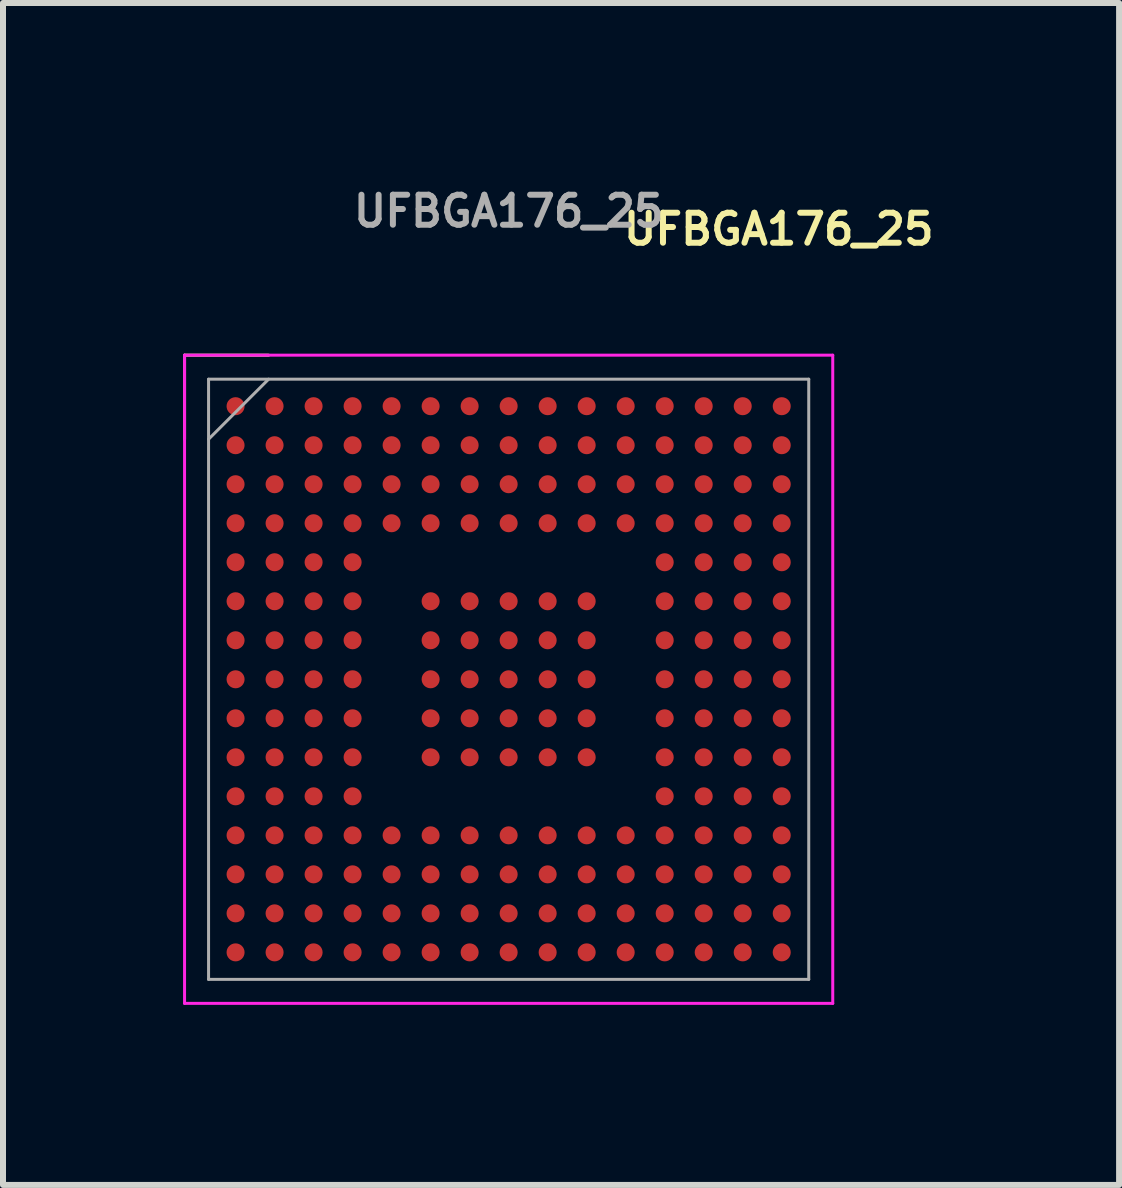
<source format=kicad_pcb>
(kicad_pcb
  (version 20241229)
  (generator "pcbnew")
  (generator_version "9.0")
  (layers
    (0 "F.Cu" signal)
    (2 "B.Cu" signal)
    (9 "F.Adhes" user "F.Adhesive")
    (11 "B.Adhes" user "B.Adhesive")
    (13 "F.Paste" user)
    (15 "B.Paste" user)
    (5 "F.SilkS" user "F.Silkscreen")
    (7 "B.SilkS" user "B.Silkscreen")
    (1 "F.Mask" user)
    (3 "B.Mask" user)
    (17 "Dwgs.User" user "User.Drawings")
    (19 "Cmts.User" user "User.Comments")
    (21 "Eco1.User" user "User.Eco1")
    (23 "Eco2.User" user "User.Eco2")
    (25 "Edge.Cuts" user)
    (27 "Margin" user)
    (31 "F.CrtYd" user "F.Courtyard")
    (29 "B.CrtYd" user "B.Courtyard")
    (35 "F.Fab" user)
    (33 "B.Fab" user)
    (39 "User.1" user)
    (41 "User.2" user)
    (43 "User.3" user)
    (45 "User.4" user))
  (footprint "UFBGA176_25"
    (layer "F.Cu")
    (at 5.425 8.268)
    (property "Reference" "UFBGA176_25" (at 4.5 -7.5 0) (layer "F.SilkS") (effects (font (size 0.5 0.5) (thickness 0.1))))
    (attr through_hole)
    (fp_line (start -5.4 -5.4) (end -4 -5.4) (stroke (width 0.05) (type solid)) (layer "F.SilkS"))
    (fp_line (start -5.4 -4) (end -5.4 -5.4) (stroke (width 0.05) (type solid)) (layer "F.SilkS"))
    (fp_line (start -5.4 -5.4) (end 5.4 -5.4) (stroke (width 0.05) (type solid)) (layer "F.CrtYd"))
    (fp_line (start -5.4 5.4) (end -5.4 -5.4) (stroke (width 0.05) (type solid)) (layer "F.CrtYd"))
    (fp_line (start 5.4 -5.4) (end 5.4 5.4) (stroke (width 0.05) (type solid)) (layer "F.CrtYd"))
    (fp_line (start 5.4 5.4) (end -5.4 5.4) (stroke (width 0.05) (type solid)) (layer "F.CrtYd"))
    (fp_line (start -5 -5) (end 5 -5) (stroke (width 0.05) (type solid)) (layer "F.Fab"))
    (fp_line (start -5 5) (end -5 -5) (stroke (width 0.05) (type solid)) (layer "F.Fab"))
    (fp_line (start -4 -5) (end -5 -4) (stroke (width 0.05) (type solid)) (layer "F.Fab"))
    (fp_line (start 5 -5) (end 5 5) (stroke (width 0.05) (type solid)) (layer "F.Fab"))
    (fp_line (start 5 5) (end -5 5) (stroke (width 0.05) (type solid)) (layer "F.Fab"))
    (fp_text user "${REFERENCE}" (at 0 -7.8 0) (layer "F.Fab") (effects (font (size 0.5 0.5) (thickness 0.1))))
    (pad "" smd rect (at 4.55 -4.55) (size 0.3 0.3) (layers "F.Paste"))
    (pad "A1" smd circle (at -4.55 -4.55) (size 0.3 0.3) (layers "F.Cu" "F.Mask" "F.Paste"))
    (pad "A2" smd circle (at -3.9 -4.55) (size 0.3 0.3) (layers "F.Cu" "F.Mask" "F.Paste"))
    (pad "A3" smd circle (at -3.25 -4.55) (size 0.3 0.3) (layers "F.Cu" "F.Mask" "F.Paste"))
    (pad "A4" smd circle (at -2.6 -4.55) (size 0.3 0.3) (layers "F.Cu" "F.Mask" "F.Paste"))
    (pad "A5" smd circle (at -1.95 -4.55) (size 0.3 0.3) (layers "F.Cu" "F.Mask" "F.Paste"))
    (pad "A6" smd circle (at -1.3 -4.55) (size 0.3 0.3) (layers "F.Cu" "F.Mask" "F.Paste"))
    (pad "A7" smd circle (at -0.65 -4.55) (size 0.3 0.3) (layers "F.Cu" "F.Mask" "F.Paste"))
    (pad "A8" smd circle (at 0 -4.55) (size 0.3 0.3) (layers "F.Cu" "F.Mask" "F.Paste"))
    (pad "A9" smd circle (at 0.65 -4.55) (size 0.3 0.3) (layers "F.Cu" "F.Mask" "F.Paste"))
    (pad "A10" smd circle (at 1.3 -4.55) (size 0.3 0.3) (layers "F.Cu" "F.Mask" "F.Paste"))
    (pad "A11" smd circle (at 1.95 -4.55) (size 0.3 0.3) (layers "F.Cu" "F.Mask" "F.Paste"))
    (pad "A12" smd circle (at 2.6 -4.55) (size 0.3 0.3) (layers "F.Cu" "F.Mask" "F.Paste"))
    (pad "A13" smd circle (at 3.25 -4.55) (size 0.3 0.3) (layers "F.Cu" "F.Mask" "F.Paste"))
    (pad "A14" smd circle (at 3.9 -4.55) (size 0.3 0.3) (layers "F.Cu" "F.Mask" "F.Paste"))
    (pad "A15" smd circle (at 4.55 -4.55) (size 0.3 0.3) (layers "F.Cu" "F.Mask" "F.Paste"))
    (pad "B1" smd circle (at -4.55 -3.9) (size 0.3 0.3) (layers "F.Cu" "F.Mask" "F.Paste"))
    (pad "B2" smd circle (at -3.9 -3.9) (size 0.3 0.3) (layers "F.Cu" "F.Mask" "F.Paste"))
    (pad "B3" smd circle (at -3.25 -3.9) (size 0.3 0.3) (layers "F.Cu" "F.Mask" "F.Paste"))
    (pad "B4" smd circle (at -2.6 -3.9) (size 0.3 0.3) (layers "F.Cu" "F.Mask" "F.Paste"))
    (pad "B5" smd circle (at -1.95 -3.9) (size 0.3 0.3) (layers "F.Cu" "F.Mask" "F.Paste"))
    (pad "B6" smd circle (at -1.3 -3.9) (size 0.3 0.3) (layers "F.Cu" "F.Mask" "F.Paste"))
    (pad "B7" smd circle (at -0.65 -3.9) (size 0.3 0.3) (layers "F.Cu" "F.Mask" "F.Paste"))
    (pad "B8" smd circle (at 0 -3.9) (size 0.3 0.3) (layers "F.Cu" "F.Mask" "F.Paste"))
    (pad "B9" smd circle (at 0.65 -3.9) (size 0.3 0.3) (layers "F.Cu" "F.Mask" "F.Paste"))
    (pad "B10" smd circle (at 1.3 -3.9) (size 0.3 0.3) (layers "F.Cu" "F.Mask" "F.Paste"))
    (pad "B11" smd circle (at 1.95 -3.9) (size 0.3 0.3) (layers "F.Cu" "F.Mask" "F.Paste"))
    (pad "B12" smd circle (at 2.6 -3.9) (size 0.3 0.3) (layers "F.Cu" "F.Mask" "F.Paste"))
    (pad "B13" smd circle (at 3.25 -3.9) (size 0.3 0.3) (layers "F.Cu" "F.Mask" "F.Paste"))
    (pad "B14" smd circle (at 3.9 -3.9) (size 0.3 0.3) (layers "F.Cu" "F.Mask" "F.Paste"))
    (pad "B15" smd circle (at 4.55 -3.9) (size 0.3 0.3) (layers "F.Cu" "F.Mask" "F.Paste"))
    (pad "C1" smd circle (at -4.55 -3.25) (size 0.3 0.3) (layers "F.Cu" "F.Mask" "F.Paste"))
    (pad "C2" smd circle (at -3.9 -3.25) (size 0.3 0.3) (layers "F.Cu" "F.Mask" "F.Paste"))
    (pad "C3" smd circle (at -3.25 -3.25) (size 0.3 0.3) (layers "F.Cu" "F.Mask" "F.Paste"))
    (pad "C4" smd circle (at -2.6 -3.25) (size 0.3 0.3) (layers "F.Cu" "F.Mask" "F.Paste"))
    (pad "C5" smd circle (at -1.95 -3.25) (size 0.3 0.3) (layers "F.Cu" "F.Mask" "F.Paste"))
    (pad "C6" smd circle (at -1.3 -3.25) (size 0.3 0.3) (layers "F.Cu" "F.Mask" "F.Paste"))
    (pad "C7" smd circle (at -0.65 -3.25) (size 0.3 0.3) (layers "F.Cu" "F.Mask" "F.Paste"))
    (pad "C8" smd circle (at 0 -3.25) (size 0.3 0.3) (layers "F.Cu" "F.Mask" "F.Paste"))
    (pad "C9" smd circle (at 0.65 -3.25) (size 0.3 0.3) (layers "F.Cu" "F.Mask" "F.Paste"))
    (pad "C10" smd circle (at 1.3 -3.25) (size 0.3 0.3) (layers "F.Cu" "F.Mask" "F.Paste"))
    (pad "C11" smd circle (at 1.95 -3.25) (size 0.3 0.3) (layers "F.Cu" "F.Mask" "F.Paste"))
    (pad "C12" smd circle (at 2.6 -3.25) (size 0.3 0.3) (layers "F.Cu" "F.Mask" "F.Paste"))
    (pad "C13" smd circle (at 3.25 -3.25) (size 0.3 0.3) (layers "F.Cu" "F.Mask" "F.Paste"))
    (pad "C14" smd circle (at 3.9 -3.25) (size 0.3 0.3) (layers "F.Cu" "F.Mask" "F.Paste"))
    (pad "C15" smd circle (at 4.55 -3.25) (size 0.3 0.3) (layers "F.Cu" "F.Mask" "F.Paste"))
    (pad "D1" smd circle (at -4.55 -2.6) (size 0.3 0.3) (layers "F.Cu" "F.Mask" "F.Paste"))
    (pad "D2" smd circle (at -3.9 -2.6) (size 0.3 0.3) (layers "F.Cu" "F.Mask" "F.Paste"))
    (pad "D3" smd circle (at -3.25 -2.6) (size 0.3 0.3) (layers "F.Cu" "F.Mask" "F.Paste"))
    (pad "D4" smd circle (at -2.6 -2.6) (size 0.3 0.3) (layers "F.Cu" "F.Mask" "F.Paste"))
    (pad "D5" smd circle (at -1.95 -2.6) (size 0.3 0.3) (layers "F.Cu" "F.Mask" "F.Paste"))
    (pad "D6" smd circle (at -1.3 -2.6) (size 0.3 0.3) (layers "F.Cu" "F.Mask" "F.Paste"))
    (pad "D7" smd circle (at -0.65 -2.6) (size 0.3 0.3) (layers "F.Cu" "F.Mask" "F.Paste"))
    (pad "D8" smd circle (at 0 -2.6) (size 0.3 0.3) (layers "F.Cu" "F.Mask" "F.Paste"))
    (pad "D9" smd circle (at 0.65 -2.6) (size 0.3 0.3) (layers "F.Cu" "F.Mask" "F.Paste"))
    (pad "D10" smd circle (at 1.3 -2.6) (size 0.3 0.3) (layers "F.Cu" "F.Mask" "F.Paste"))
    (pad "D11" smd circle (at 1.95 -2.6) (size 0.3 0.3) (layers "F.Cu" "F.Mask" "F.Paste"))
    (pad "D12" smd circle (at 2.6 -2.6) (size 0.3 0.3) (layers "F.Cu" "F.Mask" "F.Paste"))
    (pad "D13" smd circle (at 3.25 -2.6) (size 0.3 0.3) (layers "F.Cu" "F.Mask" "F.Paste"))
    (pad "D14" smd circle (at 3.9 -2.6) (size 0.3 0.3) (layers "F.Cu" "F.Mask" "F.Paste"))
    (pad "D15" smd circle (at 4.55 -2.6) (size 0.3 0.3) (layers "F.Cu" "F.Mask" "F.Paste"))
    (pad "E1" smd circle (at -4.55 -1.95) (size 0.3 0.3) (layers "F.Cu" "F.Mask" "F.Paste"))
    (pad "E2" smd circle (at -3.9 -1.95) (size 0.3 0.3) (layers "F.Cu" "F.Mask" "F.Paste"))
    (pad "E3" smd circle (at -3.25 -1.95) (size 0.3 0.3) (layers "F.Cu" "F.Mask" "F.Paste"))
    (pad "E4" smd circle (at -2.6 -1.95) (size 0.3 0.3) (layers "F.Cu" "F.Mask" "F.Paste"))
    (pad "E12" smd circle (at 2.6 -1.95) (size 0.3 0.3) (layers "F.Cu" "F.Mask" "F.Paste"))
    (pad "E13" smd circle (at 3.25 -1.95) (size 0.3 0.3) (layers "F.Cu" "F.Mask" "F.Paste"))
    (pad "E14" smd circle (at 3.9 -1.95) (size 0.3 0.3) (layers "F.Cu" "F.Mask" "F.Paste"))
    (pad "E15" smd circle (at 4.55 -1.95) (size 0.3 0.3) (layers "F.Cu" "F.Mask" "F.Paste"))
    (pad "F1" smd circle (at -4.55 -1.3) (size 0.3 0.3) (layers "F.Cu" "F.Mask" "F.Paste"))
    (pad "F2" smd circle (at -3.9 -1.3) (size 0.3 0.3) (layers "F.Cu" "F.Mask" "F.Paste"))
    (pad "F3" smd circle (at -3.25 -1.3) (size 0.3 0.3) (layers "F.Cu" "F.Mask" "F.Paste"))
    (pad "F4" smd circle (at -2.6 -1.3) (size 0.3 0.3) (layers "F.Cu" "F.Mask" "F.Paste"))
    (pad "F6" smd circle (at -1.3 -1.3) (size 0.3 0.3) (layers "F.Cu" "F.Mask" "F.Paste"))
    (pad "F7" smd circle (at -0.65 -1.3) (size 0.3 0.3) (layers "F.Cu" "F.Mask" "F.Paste"))
    (pad "F8" smd circle (at 0 -1.3) (size 0.3 0.3) (layers "F.Cu" "F.Mask" "F.Paste"))
    (pad "F9" smd circle (at 0.65 -1.3) (size 0.3 0.3) (layers "F.Cu" "F.Mask" "F.Paste"))
    (pad "F10" smd circle (at 1.3 -1.3) (size 0.3 0.3) (layers "F.Cu" "F.Mask" "F.Paste"))
    (pad "F12" smd circle (at 2.6 -1.3) (size 0.3 0.3) (layers "F.Cu" "F.Mask" "F.Paste"))
    (pad "F13" smd circle (at 3.25 -1.3) (size 0.3 0.3) (layers "F.Cu" "F.Mask" "F.Paste"))
    (pad "F14" smd circle (at 3.9 -1.3) (size 0.3 0.3) (layers "F.Cu" "F.Mask" "F.Paste"))
    (pad "F15" smd circle (at 4.55 -1.3) (size 0.3 0.3) (layers "F.Cu" "F.Mask" "F.Paste"))
    (pad "G1" smd circle (at -4.55 -0.65) (size 0.3 0.3) (layers "F.Cu" "F.Mask" "F.Paste"))
    (pad "G2" smd circle (at -3.9 -0.65) (size 0.3 0.3) (layers "F.Cu" "F.Mask" "F.Paste"))
    (pad "G3" smd circle (at -3.25 -0.65) (size 0.3 0.3) (layers "F.Cu" "F.Mask" "F.Paste"))
    (pad "G4" smd circle (at -2.6 -0.65) (size 0.3 0.3) (layers "F.Cu" "F.Mask" "F.Paste"))
    (pad "G6" smd circle (at -1.3 -0.65) (size 0.3 0.3) (layers "F.Cu" "F.Mask" "F.Paste"))
    (pad "G7" smd circle (at -0.65 -0.65) (size 0.3 0.3) (layers "F.Cu" "F.Mask" "F.Paste"))
    (pad "G8" smd circle (at 0 -0.65) (size 0.3 0.3) (layers "F.Cu" "F.Mask" "F.Paste"))
    (pad "G9" smd circle (at 0.65 -0.65) (size 0.3 0.3) (layers "F.Cu" "F.Mask" "F.Paste"))
    (pad "G10" smd circle (at 1.3 -0.65) (size 0.3 0.3) (layers "F.Cu" "F.Mask" "F.Paste"))
    (pad "G12" smd circle (at 2.6 -0.65) (size 0.3 0.3) (layers "F.Cu" "F.Mask" "F.Paste"))
    (pad "G13" smd circle (at 3.25 -0.65) (size 0.3 0.3) (layers "F.Cu" "F.Mask" "F.Paste"))
    (pad "G14" smd circle (at 3.9 -0.65) (size 0.3 0.3) (layers "F.Cu" "F.Mask" "F.Paste"))
    (pad "G15" smd circle (at 4.55 -0.65) (size 0.3 0.3) (layers "F.Cu" "F.Mask" "F.Paste"))
    (pad "H1" smd circle (at -4.55 0) (size 0.3 0.3) (layers "F.Cu" "F.Mask" "F.Paste"))
    (pad "H2" smd circle (at -3.9 0) (size 0.3 0.3) (layers "F.Cu" "F.Mask" "F.Paste"))
    (pad "H3" smd circle (at -3.25 0) (size 0.3 0.3) (layers "F.Cu" "F.Mask" "F.Paste"))
    (pad "H4" smd circle (at -2.6 0) (size 0.3 0.3) (layers "F.Cu" "F.Mask" "F.Paste"))
    (pad "H6" smd circle (at -1.3 0) (size 0.3 0.3) (layers "F.Cu" "F.Mask" "F.Paste"))
    (pad "H7" smd circle (at -0.65 0) (size 0.3 0.3) (layers "F.Cu" "F.Mask" "F.Paste"))
    (pad "H8" smd circle (at 0 0) (size 0.3 0.3) (layers "F.Cu" "F.Mask" "F.Paste"))
    (pad "H9" smd circle (at 0.65 0) (size 0.3 0.3) (layers "F.Cu" "F.Mask" "F.Paste"))
    (pad "H10" smd circle (at 1.3 0) (size 0.3 0.3) (layers "F.Cu" "F.Mask" "F.Paste"))
    (pad "H12" smd circle (at 2.6 0) (size 0.3 0.3) (layers "F.Cu" "F.Mask" "F.Paste"))
    (pad "H13" smd circle (at 3.25 0) (size 0.3 0.3) (layers "F.Cu" "F.Mask" "F.Paste"))
    (pad "H14" smd circle (at 3.9 0) (size 0.3 0.3) (layers "F.Cu" "F.Mask" "F.Paste"))
    (pad "H15" smd circle (at 4.55 0) (size 0.3 0.3) (layers "F.Cu" "F.Mask" "F.Paste"))
    (pad "J1" smd circle (at -4.55 0.65) (size 0.3 0.3) (layers "F.Cu" "F.Mask" "F.Paste"))
    (pad "J2" smd circle (at -3.9 0.65) (size 0.3 0.3) (layers "F.Cu" "F.Mask" "F.Paste"))
    (pad "J3" smd circle (at -3.25 0.65) (size 0.3 0.3) (layers "F.Cu" "F.Mask" "F.Paste"))
    (pad "J4" smd circle (at -2.6 0.65) (size 0.3 0.3) (layers "F.Cu" "F.Mask" "F.Paste"))
    (pad "J6" smd circle (at -1.3 0.65) (size 0.3 0.3) (layers "F.Cu" "F.Mask" "F.Paste"))
    (pad "J7" smd circle (at -0.65 0.65) (size 0.3 0.3) (layers "F.Cu" "F.Mask" "F.Paste"))
    (pad "J8" smd circle (at 0 0.65) (size 0.3 0.3) (layers "F.Cu" "F.Mask" "F.Paste"))
    (pad "J9" smd circle (at 0.65 0.65) (size 0.3 0.3) (layers "F.Cu" "F.Mask" "F.Paste"))
    (pad "J10" smd circle (at 1.3 0.65) (size 0.3 0.3) (layers "F.Cu" "F.Mask" "F.Paste"))
    (pad "J12" smd circle (at 2.6 0.65) (size 0.3 0.3) (layers "F.Cu" "F.Mask" "F.Paste"))
    (pad "J13" smd circle (at 3.25 0.65) (size 0.3 0.3) (layers "F.Cu" "F.Mask" "F.Paste"))
    (pad "J14" smd circle (at 3.9 0.65) (size 0.3 0.3) (layers "F.Cu" "F.Mask" "F.Paste"))
    (pad "J15" smd circle (at 4.55 0.65) (size 0.3 0.3) (layers "F.Cu" "F.Mask" "F.Paste"))
    (pad "K1" smd circle (at -4.55 1.3) (size 0.3 0.3) (layers "F.Cu" "F.Mask" "F.Paste"))
    (pad "K2" smd circle (at -3.9 1.3) (size 0.3 0.3) (layers "F.Cu" "F.Mask" "F.Paste"))
    (pad "K3" smd circle (at -3.25 1.3) (size 0.3 0.3) (layers "F.Cu" "F.Mask" "F.Paste"))
    (pad "K4" smd circle (at -2.6 1.3) (size 0.3 0.3) (layers "F.Cu" "F.Mask" "F.Paste"))
    (pad "K6" smd circle (at -1.3 1.3) (size 0.3 0.3) (layers "F.Cu" "F.Mask" "F.Paste"))
    (pad "K7" smd circle (at -0.65 1.3) (size 0.3 0.3) (layers "F.Cu" "F.Mask" "F.Paste"))
    (pad "K8" smd circle (at 0 1.3) (size 0.3 0.3) (layers "F.Cu" "F.Mask" "F.Paste"))
    (pad "K9" smd circle (at 0.65 1.3) (size 0.3 0.3) (layers "F.Cu" "F.Mask" "F.Paste"))
    (pad "K10" smd circle (at 1.3 1.3) (size 0.3 0.3) (layers "F.Cu" "F.Mask" "F.Paste"))
    (pad "K12" smd circle (at 2.6 1.3) (size 0.3 0.3) (layers "F.Cu" "F.Mask" "F.Paste"))
    (pad "K13" smd circle (at 3.25 1.3) (size 0.3 0.3) (layers "F.Cu" "F.Mask" "F.Paste"))
    (pad "K14" smd circle (at 3.9 1.3) (size 0.3 0.3) (layers "F.Cu" "F.Mask" "F.Paste"))
    (pad "K15" smd circle (at 4.55 1.3) (size 0.3 0.3) (layers "F.Cu" "F.Mask" "F.Paste"))
    (pad "L1" smd circle (at -4.55 1.95) (size 0.3 0.3) (layers "F.Cu" "F.Mask" "F.Paste"))
    (pad "L2" smd circle (at -3.9 1.95) (size 0.3 0.3) (layers "F.Cu" "F.Mask" "F.Paste"))
    (pad "L3" smd circle (at -3.25 1.95) (size 0.3 0.3) (layers "F.Cu" "F.Mask" "F.Paste"))
    (pad "L4" smd circle (at -2.6 1.95) (size 0.3 0.3) (layers "F.Cu" "F.Mask" "F.Paste"))
    (pad "L12" smd circle (at 2.6 1.95) (size 0.3 0.3) (layers "F.Cu" "F.Mask" "F.Paste"))
    (pad "L13" smd circle (at 3.25 1.95) (size 0.3 0.3) (layers "F.Cu" "F.Mask" "F.Paste"))
    (pad "L14" smd circle (at 3.9 1.95) (size 0.3 0.3) (layers "F.Cu" "F.Mask" "F.Paste"))
    (pad "L15" smd circle (at 4.55 1.95) (size 0.3 0.3) (layers "F.Cu" "F.Mask" "F.Paste"))
    (pad "M1" smd circle (at -4.55 2.6) (size 0.3 0.3) (layers "F.Cu" "F.Mask" "F.Paste"))
    (pad "M2" smd circle (at -3.9 2.6) (size 0.3 0.3) (layers "F.Cu" "F.Mask" "F.Paste"))
    (pad "M3" smd circle (at -3.25 2.6) (size 0.3 0.3) (layers "F.Cu" "F.Mask" "F.Paste"))
    (pad "M4" smd circle (at -2.6 2.6) (size 0.3 0.3) (layers "F.Cu" "F.Mask" "F.Paste"))
    (pad "M5" smd circle (at -1.95 2.6) (size 0.3 0.3) (layers "F.Cu" "F.Mask" "F.Paste"))
    (pad "M6" smd circle (at -1.3 2.6) (size 0.3 0.3) (layers "F.Cu" "F.Mask" "F.Paste"))
    (pad "M7" smd circle (at -0.65 2.6) (size 0.3 0.3) (layers "F.Cu" "F.Mask" "F.Paste"))
    (pad "M8" smd circle (at 0 2.6) (size 0.3 0.3) (layers "F.Cu" "F.Mask" "F.Paste"))
    (pad "M9" smd circle (at 0.65 2.6) (size 0.3 0.3) (layers "F.Cu" "F.Mask" "F.Paste"))
    (pad "M10" smd circle (at 1.3 2.6) (size 0.3 0.3) (layers "F.Cu" "F.Mask" "F.Paste"))
    (pad "M11" smd circle (at 1.95 2.6) (size 0.3 0.3) (layers "F.Cu" "F.Mask" "F.Paste"))
    (pad "M12" smd circle (at 2.6 2.6) (size 0.3 0.3) (layers "F.Cu" "F.Mask" "F.Paste"))
    (pad "M13" smd circle (at 3.25 2.6) (size 0.3 0.3) (layers "F.Cu" "F.Mask" "F.Paste"))
    (pad "M14" smd circle (at 3.9 2.6) (size 0.3 0.3) (layers "F.Cu" "F.Mask" "F.Paste"))
    (pad "M15" smd circle (at 4.55 2.6) (size 0.3 0.3) (layers "F.Cu" "F.Mask" "F.Paste"))
    (pad "N1" smd circle (at -4.55 3.25) (size 0.3 0.3) (layers "F.Cu" "F.Mask" "F.Paste"))
    (pad "N2" smd circle (at -3.9 3.25) (size 0.3 0.3) (layers "F.Cu" "F.Mask" "F.Paste"))
    (pad "N3" smd circle (at -3.25 3.25) (size 0.3 0.3) (layers "F.Cu" "F.Mask" "F.Paste"))
    (pad "N4" smd circle (at -2.6 3.25) (size 0.3 0.3) (layers "F.Cu" "F.Mask" "F.Paste"))
    (pad "N5" smd circle (at -1.95 3.25) (size 0.3 0.3) (layers "F.Cu" "F.Mask" "F.Paste"))
    (pad "N6" smd circle (at -1.3 3.25) (size 0.3 0.3) (layers "F.Cu" "F.Mask" "F.Paste"))
    (pad "N7" smd circle (at -0.65 3.25) (size 0.3 0.3) (layers "F.Cu" "F.Mask" "F.Paste"))
    (pad "N8" smd circle (at 0 3.25) (size 0.3 0.3) (layers "F.Cu" "F.Mask" "F.Paste"))
    (pad "N9" smd circle (at 0.65 3.25) (size 0.3 0.3) (layers "F.Cu" "F.Mask" "F.Paste"))
    (pad "N10" smd circle (at 1.3 3.25) (size 0.3 0.3) (layers "F.Cu" "F.Mask" "F.Paste"))
    (pad "N11" smd circle (at 1.95 3.25) (size 0.3 0.3) (layers "F.Cu" "F.Mask" "F.Paste"))
    (pad "N12" smd circle (at 2.6 3.25) (size 0.3 0.3) (layers "F.Cu" "F.Mask" "F.Paste"))
    (pad "N13" smd circle (at 3.25 3.25) (size 0.3 0.3) (layers "F.Cu" "F.Mask" "F.Paste"))
    (pad "N14" smd circle (at 3.9 3.25) (size 0.3 0.3) (layers "F.Cu" "F.Mask" "F.Paste"))
    (pad "N15" smd circle (at 4.55 3.25) (size 0.3 0.3) (layers "F.Cu" "F.Mask" "F.Paste"))
    (pad "P1" smd circle (at -4.55 3.9) (size 0.3 0.3) (layers "F.Cu" "F.Mask" "F.Paste"))
    (pad "P2" smd circle (at -3.9 3.9) (size 0.3 0.3) (layers "F.Cu" "F.Mask" "F.Paste"))
    (pad "P3" smd circle (at -3.25 3.9) (size 0.3 0.3) (layers "F.Cu" "F.Mask" "F.Paste"))
    (pad "P4" smd circle (at -2.6 3.9) (size 0.3 0.3) (layers "F.Cu" "F.Mask" "F.Paste"))
    (pad "P5" smd circle (at -1.95 3.9) (size 0.3 0.3) (layers "F.Cu" "F.Mask" "F.Paste"))
    (pad "P6" smd circle (at -1.3 3.9) (size 0.3 0.3) (layers "F.Cu" "F.Mask" "F.Paste"))
    (pad "P7" smd circle (at -0.65 3.9) (size 0.3 0.3) (layers "F.Cu" "F.Mask" "F.Paste"))
    (pad "P8" smd circle (at 0 3.9) (size 0.3 0.3) (layers "F.Cu" "F.Mask" "F.Paste"))
    (pad "P9" smd circle (at 0.65 3.9) (size 0.3 0.3) (layers "F.Cu" "F.Mask" "F.Paste"))
    (pad "P10" smd circle (at 1.3 3.9) (size 0.3 0.3) (layers "F.Cu" "F.Mask" "F.Paste"))
    (pad "P11" smd circle (at 1.95 3.9) (size 0.3 0.3) (layers "F.Cu" "F.Mask" "F.Paste"))
    (pad "P12" smd circle (at 2.6 3.9) (size 0.3 0.3) (layers "F.Cu" "F.Mask" "F.Paste"))
    (pad "P13" smd circle (at 3.25 3.9) (size 0.3 0.3) (layers "F.Cu" "F.Mask" "F.Paste"))
    (pad "P14" smd circle (at 3.9 3.9) (size 0.3 0.3) (layers "F.Cu" "F.Mask" "F.Paste"))
    (pad "P15" smd circle (at 4.55 3.9) (size 0.3 0.3) (layers "F.Cu" "F.Mask" "F.Paste"))
    (pad "R1" smd circle (at -4.55 4.55) (size 0.3 0.3) (layers "F.Cu" "F.Mask" "F.Paste"))
    (pad "R2" smd circle (at -3.9 4.55) (size 0.3 0.3) (layers "F.Cu" "F.Mask" "F.Paste"))
    (pad "R3" smd circle (at -3.25 4.55) (size 0.3 0.3) (layers "F.Cu" "F.Mask" "F.Paste"))
    (pad "R4" smd circle (at -2.6 4.55) (size 0.3 0.3) (layers "F.Cu" "F.Mask" "F.Paste"))
    (pad "R5" smd circle (at -1.95 4.55) (size 0.3 0.3) (layers "F.Cu" "F.Mask" "F.Paste"))
    (pad "R6" smd circle (at -1.3 4.55) (size 0.3 0.3) (layers "F.Cu" "F.Mask" "F.Paste"))
    (pad "R7" smd circle (at -0.65 4.55) (size 0.3 0.3) (layers "F.Cu" "F.Mask" "F.Paste"))
    (pad "R8" smd circle (at 0 4.55) (size 0.3 0.3) (layers "F.Cu" "F.Mask" "F.Paste"))
    (pad "R9" smd circle (at 0.65 4.55) (size 0.3 0.3) (layers "F.Cu" "F.Mask" "F.Paste"))
    (pad "R10" smd circle (at 1.3 4.55) (size 0.3 0.3) (layers "F.Cu" "F.Mask" "F.Paste"))
    (pad "R11" smd circle (at 1.95 4.55) (size 0.3 0.3) (layers "F.Cu" "F.Mask" "F.Paste"))
    (pad "R12" smd circle (at 2.6 4.55) (size 0.3 0.3) (layers "F.Cu" "F.Mask" "F.Paste"))
    (pad "R13" smd circle (at 3.25 4.55) (size 0.3 0.3) (layers "F.Cu" "F.Mask" "F.Paste"))
    (pad "R14" smd circle (at 3.9 4.55) (size 0.3 0.3) (layers "F.Cu" "F.Mask" "F.Paste"))
    (pad "R15" smd circle (at 4.55 4.55) (size 0.3 0.3) (layers "F.Cu" "F.Mask" "F.Paste")))
  (gr_rect
    (start -3 -3)
    (end 15.596 16.693)
    (stroke (width 0.1) (type default))
    (fill no)
    (layer "Edge.Cuts")))
</source>
